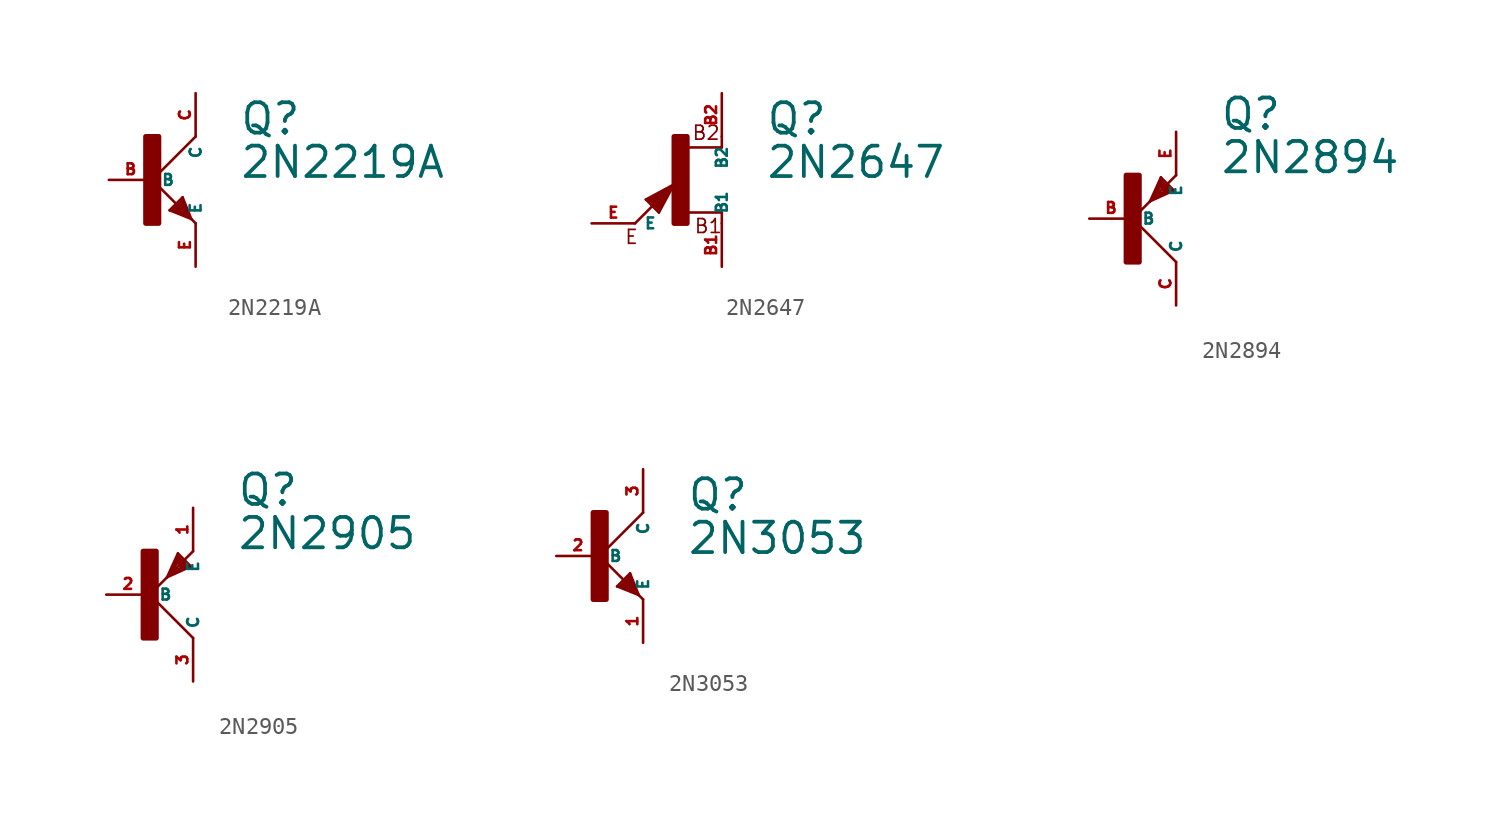
<source format=kicad_sym>
(kicad_symbol_lib
  (version 20220914)
  (generator Eagle2Kicad)
  (symbol "2N2219A"
    (property "Reference" "Q"
      (at 5.08 2.54 0)
      (effects (font (size 1.778 1.778) (thickness 0.22)) (justify left bottom)))
    (property "Value" "2N2219A"
      (at 5.08 0 0)
      (effects (font (size 1.778 1.778) (thickness 0.22)) (justify left bottom)))
    (polyline
      (pts (xy 2.54 2.54) (xy 0 0))
      (stroke (width 0.152) (type default))
      (fill (type none)))
    (polyline
      (pts (xy 0 0) (xy 2.032 -2.032))
      (stroke (width 0.152) (type default))
      (fill (type none)))
    (polyline
      (pts (xy 2.032 -2.032) (xy 2.286 -2.286))
      (stroke (width 0.152) (type default))
      (fill (type none)))
    (polyline
      (pts (xy 1.778 -1.016) (xy 2.286 -2.286))
      (stroke (width 0.152) (type default))
      (fill (type none)))
    (polyline
      (pts (xy 2.286 -2.286) (xy 2.54 -2.54))
      (stroke (width 0.152) (type default))
      (fill (type none)))
    (polyline
      (pts (xy 2.286 -2.286) (xy 1.016 -1.778))
      (stroke (width 0.152) (type default))
      (fill (type none)))
    (polyline
      (pts (xy 1.016 -1.778) (xy 1.778 -1.016))
      (stroke (width 0.152) (type default))
      (fill (type none)))
    (polyline
      (pts (xy 2.032 -2.032) (xy 1.778 -1.27))
      (stroke (width 0.254) (type default))
      (fill (type none)))
    (polyline
      (pts (xy 1.778 -1.27) (xy 1.27 -1.778))
      (stroke (width 0.254) (type default))
      (fill (type none)))
    (polyline
      (pts (xy 1.27 -1.778) (xy 2.032 -2.032))
      (stroke (width 0.254) (type default))
      (fill (type none)))
    (polyline
      (pts (xy 1.524 -1.778) (xy 1.778 -1.524))
      (stroke (width 0.254) (type default))
      (fill (type none)))
    (rectangle
      (start -0.381 -2.54)
      (end 0.381 2.54)
      (stroke (width 0.3) (type default))
      (fill (type outline)))
    (pin passive line
      (at -2.54 0 0)
      (length 2.54)
      (name "B" (effects (font (size 0.635 0.635) (thickness 0.08)) (justify left bottom)))
      (number "B" (effects (font (size 0.635 0.635) (thickness 0.08)) (justify left bottom))))
    (pin passive line
      (at 2.54 -5.08 90)
      (length 2.54)
      (name "E" (effects (font (size 0.635 0.635) (thickness 0.08)) (justify left bottom)))
      (number "E" (effects (font (size 0.635 0.635) (thickness 0.08)) (justify left bottom))))
    (pin passive line
      (at 2.54 5.08 270)
      (length 2.54)
      (name "C" (effects (font (size 0.635 0.635) (thickness 0.08)) (justify left bottom)))
      (number "C" (effects (font (size 0.635 0.635) (thickness 0.08)) (justify left bottom)))))
  (symbol "2N2647"
    (property "Reference" "Q"
      (at 5.08 2.54 0)
      (effects (font (size 1.778 1.778) (thickness 0.22)) (justify left bottom)))
    (property "Value" "2N2647"
      (at 5.08 0 0)
      (effects (font (size 1.778 1.778) (thickness 0.22)) (justify left bottom)))
    (polyline
      (pts (xy 2.54 1.905) (xy 0.533 1.905))
      (stroke (width 0.152) (type default))
      (fill (type none)))
    (polyline
      (pts (xy 2.54 -1.905) (xy 0.533 -1.905))
      (stroke (width 0.152) (type default))
      (fill (type none)))
    (polyline
      (pts (xy 2.54 -2.54) (xy 2.54 -1.905))
      (stroke (width 0.152) (type default))
      (fill (type none)))
    (polyline
      (pts (xy 2.54 2.54) (xy 2.54 1.905))
      (stroke (width 0.152) (type default))
      (fill (type none)))
    (polyline
      (pts (xy -1.143 -1.905) (xy -1.905 -1.143))
      (stroke (width 0.152) (type default))
      (fill (type none)))
    (polyline
      (pts (xy -0.254 -0.254) (xy -1.143 -1.905))
      (stroke (width 0.152) (type default))
      (fill (type none)))
    (polyline
      (pts (xy -1.905 -1.143) (xy -0.254 -0.254))
      (stroke (width 0.152) (type default))
      (fill (type none)))
    (polyline
      (pts (xy -2.54 -2.54) (xy -0.635 -0.635))
      (stroke (width 0.152) (type default))
      (fill (type none)))
    (polyline
      (pts (xy -0.635 -0.635) (xy -0.254 -0.254))
      (stroke (width 0.152) (type default))
      (fill (type none)))
    (polyline
      (pts (xy -0.635 -0.635) (xy -1.651 -1.143))
      (stroke (width 0.254) (type default))
      (fill (type none)))
    (polyline
      (pts (xy -1.651 -1.143) (xy -1.143 -1.651))
      (stroke (width 0.254) (type default))
      (fill (type none)))
    (polyline
      (pts (xy -1.143 -1.651) (xy -0.635 -0.635))
      (stroke (width 0.254) (type default))
      (fill (type none)))
    (polyline
      (pts (xy -1.27 -1.143) (xy -1.143 -1.27))
      (stroke (width 0.406) (type default))
      (fill (type none)))
    (text "B2"
      (at 0.762 2.286 0)
      (effects (font (size 0.813 0.813) (thickness 0.10)) (justify left bottom)))
    (text "B1"
      (at 0.889 -3.175 0)
      (effects (font (size 0.813 0.813) (thickness 0.10)) (justify left bottom)))
    (text "E"
      (at -3.175 -3.81 0)
      (effects (font (size 0.813 0.813) (thickness 0.10)) (justify left bottom)))
    (rectangle
      (start -0.254 -2.54)
      (end 0.508 2.54)
      (stroke (width 0.3) (type default))
      (fill (type outline)))
    (pin passive line
      (at -5.08 -2.54 0)
      (length 2.54)
      (name "E" (effects (font (size 0.635 0.635) (thickness 0.08)) (justify left bottom)))
      (number "E" (effects (font (size 0.635 0.635) (thickness 0.08)) (justify left bottom))))
    (pin passive line
      (at 2.54 -5.08 90)
      (length 2.54)
      (name "B1" (effects (font (size 0.635 0.635) (thickness 0.08)) (justify left bottom)))
      (number "B1" (effects (font (size 0.635 0.635) (thickness 0.08)) (justify left bottom))))
    (pin passive line
      (at 2.54 5.08 270)
      (length 2.54)
      (name "B2" (effects (font (size 0.635 0.635) (thickness 0.08)) (justify left bottom)))
      (number "B2" (effects (font (size 0.635 0.635) (thickness 0.08)) (justify left bottom)))))
  (symbol "2N2894"
    (property "Reference" "Q"
      (at 5.08 5.08 0)
      (effects (font (size 1.778 1.778) (thickness 0.22)) (justify left bottom)))
    (property "Value" "2N2894"
      (at 5.08 2.54 0)
      (effects (font (size 1.778 1.778) (thickness 0.22)) (justify left bottom)))
    (polyline
      (pts (xy 2.54 -2.54) (xy 0 0))
      (stroke (width 0.152) (type default))
      (fill (type none)))
    (polyline
      (pts (xy 0 0) (xy 1.016 1.016))
      (stroke (width 0.152) (type default))
      (fill (type none)))
    (polyline
      (pts (xy 1.651 2.413) (xy 1.016 1.016))
      (stroke (width 0.152) (type default))
      (fill (type none)))
    (polyline
      (pts (xy 1.016 1.016) (xy 1.27 1.27))
      (stroke (width 0.152) (type default))
      (fill (type none)))
    (polyline
      (pts (xy 1.27 1.27) (xy 2.54 2.54))
      (stroke (width 0.152) (type default))
      (fill (type none)))
    (polyline
      (pts (xy 1.016 1.016) (xy 2.413 1.651))
      (stroke (width 0.152) (type default))
      (fill (type none)))
    (polyline
      (pts (xy 2.413 1.651) (xy 1.651 2.413))
      (stroke (width 0.152) (type default))
      (fill (type none)))
    (polyline
      (pts (xy 1.27 1.27) (xy 1.651 2.159))
      (stroke (width 0.254) (type default))
      (fill (type none)))
    (polyline
      (pts (xy 1.651 2.159) (xy 2.159 1.651))
      (stroke (width 0.254) (type default))
      (fill (type none)))
    (polyline
      (pts (xy 2.159 1.651) (xy 1.27 1.27))
      (stroke (width 0.254) (type default))
      (fill (type none)))
    (polyline
      (pts (xy 1.651 1.905) (xy 1.905 1.651))
      (stroke (width 0.254) (type default))
      (fill (type none)))
    (rectangle
      (start -0.381 -2.54)
      (end 0.381 2.54)
      (stroke (width 0.3) (type default))
      (fill (type outline)))
    (pin passive line
      (at -2.54 0 0)
      (length 2.54)
      (name "B" (effects (font (size 0.635 0.635) (thickness 0.08)) (justify left bottom)))
      (number "B" (effects (font (size 0.635 0.635) (thickness 0.08)) (justify left bottom))))
    (pin passive line
      (at 2.54 5.08 270)
      (length 2.54)
      (name "E" (effects (font (size 0.635 0.635) (thickness 0.08)) (justify left bottom)))
      (number "E" (effects (font (size 0.635 0.635) (thickness 0.08)) (justify left bottom))))
    (pin passive line
      (at 2.54 -5.08 90)
      (length 2.54)
      (name "C" (effects (font (size 0.635 0.635) (thickness 0.08)) (justify left bottom)))
      (number "C" (effects (font (size 0.635 0.635) (thickness 0.08)) (justify left bottom)))))
  (symbol "2N2905"
    (property "Reference" "Q"
      (at 5.08 5.08 0)
      (effects (font (size 1.778 1.778) (thickness 0.22)) (justify left bottom)))
    (property "Value" "2N2905"
      (at 5.08 2.54 0)
      (effects (font (size 1.778 1.778) (thickness 0.22)) (justify left bottom)))
    (polyline
      (pts (xy 2.54 -2.54) (xy 0 0))
      (stroke (width 0.152) (type default))
      (fill (type none)))
    (polyline
      (pts (xy 0 0) (xy 1.016 1.016))
      (stroke (width 0.152) (type default))
      (fill (type none)))
    (polyline
      (pts (xy 1.651 2.413) (xy 1.016 1.016))
      (stroke (width 0.152) (type default))
      (fill (type none)))
    (polyline
      (pts (xy 1.016 1.016) (xy 1.27 1.27))
      (stroke (width 0.152) (type default))
      (fill (type none)))
    (polyline
      (pts (xy 1.27 1.27) (xy 2.54 2.54))
      (stroke (width 0.152) (type default))
      (fill (type none)))
    (polyline
      (pts (xy 1.016 1.016) (xy 2.413 1.651))
      (stroke (width 0.152) (type default))
      (fill (type none)))
    (polyline
      (pts (xy 2.413 1.651) (xy 1.651 2.413))
      (stroke (width 0.152) (type default))
      (fill (type none)))
    (polyline
      (pts (xy 1.27 1.27) (xy 1.651 2.159))
      (stroke (width 0.254) (type default))
      (fill (type none)))
    (polyline
      (pts (xy 1.651 2.159) (xy 2.159 1.651))
      (stroke (width 0.254) (type default))
      (fill (type none)))
    (polyline
      (pts (xy 2.159 1.651) (xy 1.27 1.27))
      (stroke (width 0.254) (type default))
      (fill (type none)))
    (polyline
      (pts (xy 1.651 1.905) (xy 1.905 1.651))
      (stroke (width 0.254) (type default))
      (fill (type none)))
    (rectangle
      (start -0.381 -2.54)
      (end 0.381 2.54)
      (stroke (width 0.3) (type default))
      (fill (type outline)))
    (pin passive line
      (at -2.54 0 0)
      (length 2.54)
      (name "B" (effects (font (size 0.635 0.635) (thickness 0.08)) (justify left bottom)))
      (number "2" (effects (font (size 0.635 0.635) (thickness 0.08)) (justify left bottom))))
    (pin passive line
      (at 2.54 5.08 270)
      (length 2.54)
      (name "E" (effects (font (size 0.635 0.635) (thickness 0.08)) (justify left bottom)))
      (number "1" (effects (font (size 0.635 0.635) (thickness 0.08)) (justify left bottom))))
    (pin passive line
      (at 2.54 -5.08 90)
      (length 2.54)
      (name "C" (effects (font (size 0.635 0.635) (thickness 0.08)) (justify left bottom)))
      (number "3" (effects (font (size 0.635 0.635) (thickness 0.08)) (justify left bottom)))))
  (symbol "2N3053"
    (property "Reference" "Q"
      (at 5.08 2.54 0)
      (effects (font (size 1.778 1.778) (thickness 0.22)) (justify left bottom)))
    (property "Value" "2N3053"
      (at 5.08 0 0)
      (effects (font (size 1.778 1.778) (thickness 0.22)) (justify left bottom)))
    (polyline
      (pts (xy 2.54 2.54) (xy 0 0))
      (stroke (width 0.152) (type default))
      (fill (type none)))
    (polyline
      (pts (xy 0 0) (xy 2.032 -2.032))
      (stroke (width 0.152) (type default))
      (fill (type none)))
    (polyline
      (pts (xy 2.032 -2.032) (xy 2.286 -2.286))
      (stroke (width 0.152) (type default))
      (fill (type none)))
    (polyline
      (pts (xy 1.778 -1.016) (xy 2.286 -2.286))
      (stroke (width 0.152) (type default))
      (fill (type none)))
    (polyline
      (pts (xy 2.286 -2.286) (xy 2.54 -2.54))
      (stroke (width 0.152) (type default))
      (fill (type none)))
    (polyline
      (pts (xy 2.286 -2.286) (xy 1.016 -1.778))
      (stroke (width 0.152) (type default))
      (fill (type none)))
    (polyline
      (pts (xy 1.016 -1.778) (xy 1.778 -1.016))
      (stroke (width 0.152) (type default))
      (fill (type none)))
    (polyline
      (pts (xy 2.032 -2.032) (xy 1.778 -1.27))
      (stroke (width 0.254) (type default))
      (fill (type none)))
    (polyline
      (pts (xy 1.778 -1.27) (xy 1.27 -1.778))
      (stroke (width 0.254) (type default))
      (fill (type none)))
    (polyline
      (pts (xy 1.27 -1.778) (xy 2.032 -2.032))
      (stroke (width 0.254) (type default))
      (fill (type none)))
    (polyline
      (pts (xy 1.524 -1.778) (xy 1.778 -1.524))
      (stroke (width 0.254) (type default))
      (fill (type none)))
    (rectangle
      (start -0.381 -2.54)
      (end 0.381 2.54)
      (stroke (width 0.3) (type default))
      (fill (type outline)))
    (pin passive line
      (at -2.54 0 0)
      (length 2.54)
      (name "B" (effects (font (size 0.635 0.635) (thickness 0.08)) (justify left bottom)))
      (number "2" (effects (font (size 0.635 0.635) (thickness 0.08)) (justify left bottom))))
    (pin passive line
      (at 2.54 -5.08 90)
      (length 2.54)
      (name "E" (effects (font (size 0.635 0.635) (thickness 0.08)) (justify left bottom)))
      (number "1" (effects (font (size 0.635 0.635) (thickness 0.08)) (justify left bottom))))
    (pin passive line
      (at 2.54 5.08 270)
      (length 2.54)
      (name "C" (effects (font (size 0.635 0.635) (thickness 0.08)) (justify left bottom)))
      (number "3" (effects (font (size 0.635 0.635) (thickness 0.08)) (justify left bottom))))))
</source>
